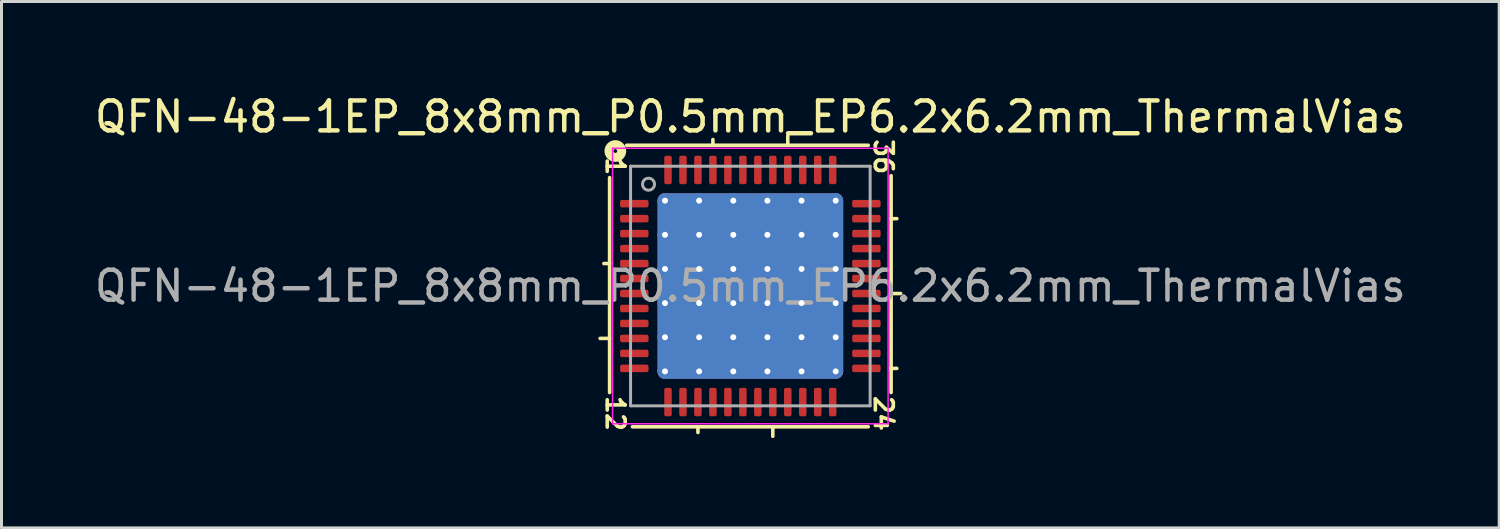
<source format=kicad_pcb>
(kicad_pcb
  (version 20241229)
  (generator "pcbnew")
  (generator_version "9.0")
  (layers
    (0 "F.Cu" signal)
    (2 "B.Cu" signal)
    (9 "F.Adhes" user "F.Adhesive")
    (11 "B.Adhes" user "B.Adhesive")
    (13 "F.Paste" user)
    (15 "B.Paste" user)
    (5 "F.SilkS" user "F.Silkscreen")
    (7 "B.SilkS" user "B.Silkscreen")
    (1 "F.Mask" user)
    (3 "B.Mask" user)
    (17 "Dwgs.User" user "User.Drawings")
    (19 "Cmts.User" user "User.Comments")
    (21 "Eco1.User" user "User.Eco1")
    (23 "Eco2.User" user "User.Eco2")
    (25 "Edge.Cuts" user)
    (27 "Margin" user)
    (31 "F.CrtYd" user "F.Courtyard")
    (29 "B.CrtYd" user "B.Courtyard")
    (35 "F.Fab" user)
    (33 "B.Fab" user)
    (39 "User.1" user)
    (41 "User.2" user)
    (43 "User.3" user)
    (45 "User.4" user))
  (footprint "QFN-48-1EP_8x8mm_P0.5mm_EP6.2x6.2mm_ThermalVias"
    (layer "F.Cu")
    (at 22.006 6.501)
    (property "Reference" "QFN-48-1EP_8x8mm_P0.5mm_EP6.2x6.2mm_ThermalVias" (at 0 -5.652 0) (layer "F.SilkS") (effects (font (size 1 1) (thickness 0.15))))
    (attr smd)
    (fp_line (start -4.7 -3.619) (end -4.7 3.556) (stroke (width 0.12) (type solid)) (layer "F.SilkS"))
    (fp_line (start -4.7 -0.75) (end -4.891 -0.75) (stroke (width 0.12) (type solid)) (layer "F.SilkS"))
    (fp_line (start -4.7 1.75) (end -5.018 1.75) (stroke (width 0.12) (type solid)) (layer "F.SilkS"))
    (fp_line (start -3.937 4.7) (end 3.937 4.7) (stroke (width 0.12) (type solid)) (layer "F.SilkS"))
    (fp_line (start -1.75 4.7) (end -1.75 4.891) (stroke (width 0.12) (type solid)) (layer "F.SilkS"))
    (fp_line (start -1.25 -4.7) (end -1.25 -4.891) (stroke (width 0.12) (type solid)) (layer "F.SilkS"))
    (fp_line (start 0.75 4.7) (end 0.75 5.018) (stroke (width 0.12) (type solid)) (layer "F.SilkS"))
    (fp_line (start 1.25 -4.7) (end 1.25 -5.018) (stroke (width 0.12) (type solid)) (layer "F.SilkS"))
    (fp_line (start 3.937 -4.7) (end -4.128 -4.7) (stroke (width 0.12) (type solid)) (layer "F.SilkS"))
    (fp_line (start 4.7 -2.25) (end 4.891 -2.25) (stroke (width 0.12) (type solid)) (layer "F.SilkS"))
    (fp_line (start 4.7 0.25) (end 5.018 0.25) (stroke (width 0.12) (type solid)) (layer "F.SilkS"))
    (fp_line (start 4.7 2.75) (end 4.891 2.75) (stroke (width 0.12) (type solid)) (layer "F.SilkS"))
    (fp_line (start 4.7 3.556) (end 4.7 -3.683) (stroke (width 0.12) (type solid)) (layer "F.SilkS"))
    (fp_circle (center -4.508 -4.508) (end -4.445 -4.508) (stroke (width 0.3) (type solid)) (fill no) (layer "F.SilkS"))
    (fp_line (start -4.6 -4.6) (end -4.6 4.6) (stroke (width 0.05) (type solid)) (layer "F.CrtYd"))
    (fp_line (start -4.6 4.6) (end 4.6 4.6) (stroke (width 0.05) (type solid)) (layer "F.CrtYd"))
    (fp_line (start 4.6 -4.6) (end -4.6 -4.6) (stroke (width 0.05) (type solid)) (layer "F.CrtYd"))
    (fp_line (start 4.6 4.6) (end 4.6 -4.6) (stroke (width 0.05) (type solid)) (layer "F.CrtYd"))
    (fp_line (start -4 -4) (end 4 -4) (stroke (width 0.1) (type solid)) (layer "F.Fab"))
    (fp_line (start -4 4) (end -4 -4) (stroke (width 0.1) (type solid)) (layer "F.Fab"))
    (fp_line (start 4 -4) (end 4 4) (stroke (width 0.1) (type solid)) (layer "F.Fab"))
    (fp_line (start 4 4) (end -4 4) (stroke (width 0.1) (type solid)) (layer "F.Fab"))
    (fp_circle (center -3.4 -3.4) (end -3.2 -3.4) (stroke (width 0.1) (type solid)) (fill no) (layer "F.Fab"))
    (fp_text user "1" (at -4.508 -4 270) (unlocked yes) (layer "F.SilkS") (effects (font (size 0.6 0.6) (thickness 0.12))))
    (fp_text user "12" (at -4.508 4.255 270) (unlocked yes) (layer "F.SilkS") (effects (font (size 0.6 0.6) (thickness 0.12))))
    (fp_text user "36" (at 4.445 -4.318 270) (unlocked yes) (layer "F.SilkS") (effects (font (size 0.6 0.6) (thickness 0.12))))
    (fp_text user "24" (at 4.445 4.255 270) (unlocked yes) (layer "F.SilkS") (effects (font (size 0.6 0.6) (thickness 0.12))))
    (fp_text user "${REFERENCE}" (at 0 0 0) (layer "F.Fab") (effects (font (size 1 1) (thickness 0.15))))
    (pad "" smd roundrect (at -2.28 -2.28) (size 0.961 0.961) (layers "F.Paste") (roundrect_rratio 0.25))
    (pad "" smd roundrect (at -2.28 -1.14) (size 0.961 0.961) (layers "F.Paste") (roundrect_rratio 0.25))
    (pad "" smd roundrect (at -2.28 0) (size 0.961 0.961) (layers "F.Paste") (roundrect_rratio 0.25))
    (pad "" smd roundrect (at -2.28 1.14) (size 0.961 0.961) (layers "F.Paste") (roundrect_rratio 0.25))
    (pad "" smd roundrect (at -2.28 2.28) (size 0.961 0.961) (layers "F.Paste") (roundrect_rratio 0.25))
    (pad "" smd roundrect (at -1.14 -2.28) (size 0.961 0.961) (layers "F.Paste") (roundrect_rratio 0.25))
    (pad "" smd roundrect (at -1.14 -1.14) (size 0.961 0.961) (layers "F.Paste") (roundrect_rratio 0.25))
    (pad "" smd roundrect (at -1.14 0) (size 0.961 0.961) (layers "F.Paste") (roundrect_rratio 0.25))
    (pad "" smd roundrect (at -1.14 1.14) (size 0.961 0.961) (layers "F.Paste") (roundrect_rratio 0.25))
    (pad "" smd roundrect (at -1.14 2.28) (size 0.961 0.961) (layers "F.Paste") (roundrect_rratio 0.25))
    (pad "" smd roundrect (at 0 -2.28) (size 0.961 0.961) (layers "F.Paste") (roundrect_rratio 0.25))
    (pad "" smd roundrect (at 0 -1.14) (size 0.961 0.961) (layers "F.Paste") (roundrect_rratio 0.25))
    (pad "" smd roundrect (at 0 0) (size 0.961 0.961) (layers "F.Paste") (roundrect_rratio 0.25))
    (pad "" smd roundrect (at 0 1.14) (size 0.961 0.961) (layers "F.Paste") (roundrect_rratio 0.25))
    (pad "" smd roundrect (at 0 2.28) (size 0.961 0.961) (layers "F.Paste") (roundrect_rratio 0.25))
    (pad "" smd roundrect (at 1.14 -2.28) (size 0.961 0.961) (layers "F.Paste") (roundrect_rratio 0.25))
    (pad "" smd roundrect (at 1.14 -1.14) (size 0.961 0.961) (layers "F.Paste") (roundrect_rratio 0.25))
    (pad "" smd roundrect (at 1.14 0) (size 0.961 0.961) (layers "F.Paste") (roundrect_rratio 0.25))
    (pad "" smd roundrect (at 1.14 1.14) (size 0.961 0.961) (layers "F.Paste") (roundrect_rratio 0.25))
    (pad "" smd roundrect (at 1.14 2.28) (size 0.961 0.961) (layers "F.Paste") (roundrect_rratio 0.25))
    (pad "" smd roundrect (at 2.28 -2.28) (size 0.961 0.961) (layers "F.Paste") (roundrect_rratio 0.25))
    (pad "" smd roundrect (at 2.28 -1.14) (size 0.961 0.961) (layers "F.Paste") (roundrect_rratio 0.25))
    (pad "" smd roundrect (at 2.28 0) (size 0.961 0.961) (layers "F.Paste") (roundrect_rratio 0.25))
    (pad "" smd roundrect (at 2.28 1.14) (size 0.961 0.961) (layers "F.Paste") (roundrect_rratio 0.25))
    (pad "" smd roundrect (at 2.28 2.28) (size 0.961 0.961) (layers "F.Paste") (roundrect_rratio 0.25))
    (pad "1" smd roundrect (at -3.875 -2.75) (size 0.95 0.25) (layers "F.Cu" "F.Mask" "F.Paste") (roundrect_rratio 0.25))
    (pad "2" smd roundrect (at -3.875 -2.25) (size 0.95 0.25) (layers "F.Cu" "F.Mask" "F.Paste") (roundrect_rratio 0.25))
    (pad "3" smd roundrect (at -3.875 -1.75) (size 0.95 0.25) (layers "F.Cu" "F.Mask" "F.Paste") (roundrect_rratio 0.25))
    (pad "4" smd roundrect (at -3.875 -1.25) (size 0.95 0.25) (layers "F.Cu" "F.Mask" "F.Paste") (roundrect_rratio 0.25))
    (pad "5" smd roundrect (at -3.875 -0.75) (size 0.95 0.25) (layers "F.Cu" "F.Mask" "F.Paste") (roundrect_rratio 0.25))
    (pad "6" smd roundrect (at -3.875 -0.25) (size 0.95 0.25) (layers "F.Cu" "F.Mask" "F.Paste") (roundrect_rratio 0.25))
    (pad "7" smd roundrect (at -3.875 0.25) (size 0.95 0.25) (layers "F.Cu" "F.Mask" "F.Paste") (roundrect_rratio 0.25))
    (pad "8" smd roundrect (at -3.875 0.75) (size 0.95 0.25) (layers "F.Cu" "F.Mask" "F.Paste") (roundrect_rratio 0.25))
    (pad "9" smd roundrect (at -3.875 1.25) (size 0.95 0.25) (layers "F.Cu" "F.Mask" "F.Paste") (roundrect_rratio 0.25))
    (pad "10" smd roundrect (at -3.875 1.75) (size 0.95 0.25) (layers "F.Cu" "F.Mask" "F.Paste") (roundrect_rratio 0.25))
    (pad "11" smd roundrect (at -3.875 2.25) (size 0.95 0.25) (layers "F.Cu" "F.Mask" "F.Paste") (roundrect_rratio 0.25))
    (pad "12" smd roundrect (at -3.875 2.75) (size 0.95 0.25) (layers "F.Cu" "F.Mask" "F.Paste") (roundrect_rratio 0.25))
    (pad "13" smd roundrect (at -2.75 3.875) (size 0.25 0.95) (layers "F.Cu" "F.Mask" "F.Paste") (roundrect_rratio 0.25))
    (pad "14" smd roundrect (at -2.25 3.875) (size 0.25 0.95) (layers "F.Cu" "F.Mask" "F.Paste") (roundrect_rratio 0.25))
    (pad "15" smd roundrect (at -1.75 3.875) (size 0.25 0.95) (layers "F.Cu" "F.Mask" "F.Paste") (roundrect_rratio 0.25))
    (pad "16" smd roundrect (at -1.25 3.875) (size 0.25 0.95) (layers "F.Cu" "F.Mask" "F.Paste") (roundrect_rratio 0.25))
    (pad "17" smd roundrect (at -0.75 3.875) (size 0.25 0.95) (layers "F.Cu" "F.Mask" "F.Paste") (roundrect_rratio 0.25))
    (pad "18" smd roundrect (at -0.25 3.875) (size 0.25 0.95) (layers "F.Cu" "F.Mask" "F.Paste") (roundrect_rratio 0.25))
    (pad "19" smd roundrect (at 0.25 3.875) (size 0.25 0.95) (layers "F.Cu" "F.Mask" "F.Paste") (roundrect_rratio 0.25))
    (pad "20" smd roundrect (at 0.75 3.875) (size 0.25 0.95) (layers "F.Cu" "F.Mask" "F.Paste") (roundrect_rratio 0.25))
    (pad "21" smd roundrect (at 1.25 3.875) (size 0.25 0.95) (layers "F.Cu" "F.Mask" "F.Paste") (roundrect_rratio 0.25))
    (pad "22" smd roundrect (at 1.75 3.875) (size 0.25 0.95) (layers "F.Cu" "F.Mask" "F.Paste") (roundrect_rratio 0.25))
    (pad "23" smd roundrect (at 2.25 3.875) (size 0.25 0.95) (layers "F.Cu" "F.Mask" "F.Paste") (roundrect_rratio 0.25))
    (pad "24" smd roundrect (at 2.75 3.875) (size 0.25 0.95) (layers "F.Cu" "F.Mask" "F.Paste") (roundrect_rratio 0.25))
    (pad "25" smd roundrect (at 3.875 2.75) (size 0.95 0.25) (layers "F.Cu" "F.Mask" "F.Paste") (roundrect_rratio 0.25))
    (pad "26" smd roundrect (at 3.875 2.25) (size 0.95 0.25) (layers "F.Cu" "F.Mask" "F.Paste") (roundrect_rratio 0.25))
    (pad "27" smd roundrect (at 3.875 1.75) (size 0.95 0.25) (layers "F.Cu" "F.Mask" "F.Paste") (roundrect_rratio 0.25))
    (pad "28" smd roundrect (at 3.875 1.25) (size 0.95 0.25) (layers "F.Cu" "F.Mask" "F.Paste") (roundrect_rratio 0.25))
    (pad "29" smd roundrect (at 3.875 0.75) (size 0.95 0.25) (layers "F.Cu" "F.Mask" "F.Paste") (roundrect_rratio 0.25))
    (pad "30" smd roundrect (at 3.875 0.25) (size 0.95 0.25) (layers "F.Cu" "F.Mask" "F.Paste") (roundrect_rratio 0.25))
    (pad "31" smd roundrect (at 3.875 -0.25) (size 0.95 0.25) (layers "F.Cu" "F.Mask" "F.Paste") (roundrect_rratio 0.25))
    (pad "32" smd roundrect (at 3.875 -0.75) (size 0.95 0.25) (layers "F.Cu" "F.Mask" "F.Paste") (roundrect_rratio 0.25))
    (pad "33" smd roundrect (at 3.875 -1.25) (size 0.95 0.25) (layers "F.Cu" "F.Mask" "F.Paste") (roundrect_rratio 0.25))
    (pad "34" smd roundrect (at 3.875 -1.75) (size 0.95 0.25) (layers "F.Cu" "F.Mask" "F.Paste") (roundrect_rratio 0.25))
    (pad "35" smd roundrect (at 3.875 -2.25) (size 0.95 0.25) (layers "F.Cu" "F.Mask" "F.Paste") (roundrect_rratio 0.25))
    (pad "36" smd roundrect (at 3.875 -2.75) (size 0.95 0.25) (layers "F.Cu" "F.Mask" "F.Paste") (roundrect_rratio 0.25))
    (pad "37" smd roundrect (at 2.75 -3.875) (size 0.25 0.95) (layers "F.Cu" "F.Mask" "F.Paste") (roundrect_rratio 0.25))
    (pad "38" smd roundrect (at 2.25 -3.875) (size 0.25 0.95) (layers "F.Cu" "F.Mask" "F.Paste") (roundrect_rratio 0.25))
    (pad "39" smd roundrect (at 1.75 -3.875) (size 0.25 0.95) (layers "F.Cu" "F.Mask" "F.Paste") (roundrect_rratio 0.25))
    (pad "40" smd roundrect (at 1.25 -3.875) (size 0.25 0.95) (layers "F.Cu" "F.Mask" "F.Paste") (roundrect_rratio 0.25))
    (pad "41" smd roundrect (at 0.75 -3.875) (size 0.25 0.95) (layers "F.Cu" "F.Mask" "F.Paste") (roundrect_rratio 0.25))
    (pad "42" smd roundrect (at 0.25 -3.875) (size 0.25 0.95) (layers "F.Cu" "F.Mask" "F.Paste") (roundrect_rratio 0.25))
    (pad "43" smd roundrect (at -0.25 -3.875) (size 0.25 0.95) (layers "F.Cu" "F.Mask" "F.Paste") (roundrect_rratio 0.25))
    (pad "44" smd roundrect (at -0.75 -3.875) (size 0.25 0.95) (layers "F.Cu" "F.Mask" "F.Paste") (roundrect_rratio 0.25))
    (pad "45" smd roundrect (at -1.25 -3.875) (size 0.25 0.95) (layers "F.Cu" "F.Mask" "F.Paste") (roundrect_rratio 0.25))
    (pad "46" smd roundrect (at -1.75 -3.875) (size 0.25 0.95) (layers "F.Cu" "F.Mask" "F.Paste") (roundrect_rratio 0.25))
    (pad "47" smd roundrect (at -2.25 -3.875) (size 0.25 0.95) (layers "F.Cu" "F.Mask" "F.Paste") (roundrect_rratio 0.25))
    (pad "48" smd roundrect (at -2.75 -3.875) (size 0.25 0.95) (layers "F.Cu" "F.Mask" "F.Paste") (roundrect_rratio 0.25))
    (pad "49" thru_hole circle (at -2.85 -2.85) (size 0.5 0.5) (drill 0.2) (property pad_prop_heatsink) (layers "*.Cu"))
    (pad "49" thru_hole circle (at -2.85 -1.71) (size 0.5 0.5) (drill 0.2) (property pad_prop_heatsink) (layers "*.Cu"))
    (pad "49" thru_hole circle (at -2.85 -0.57) (size 0.5 0.5) (drill 0.2) (property pad_prop_heatsink) (layers "*.Cu"))
    (pad "49" thru_hole circle (at -2.85 0.57) (size 0.5 0.5) (drill 0.2) (property pad_prop_heatsink) (layers "*.Cu"))
    (pad "49" thru_hole circle (at -2.85 1.71) (size 0.5 0.5) (drill 0.2) (property pad_prop_heatsink) (layers "*.Cu"))
    (pad "49" thru_hole circle (at -2.85 2.85) (size 0.5 0.5) (drill 0.2) (property pad_prop_heatsink) (layers "*.Cu"))
    (pad "49" thru_hole circle (at -1.71 -2.85) (size 0.5 0.5) (drill 0.2) (property pad_prop_heatsink) (layers "*.Cu"))
    (pad "49" thru_hole circle (at -1.71 -1.71) (size 0.5 0.5) (drill 0.2) (property pad_prop_heatsink) (layers "*.Cu"))
    (pad "49" thru_hole circle (at -1.71 -0.57) (size 0.5 0.5) (drill 0.2) (property pad_prop_heatsink) (layers "*.Cu"))
    (pad "49" thru_hole circle (at -1.71 0.57) (size 0.5 0.5) (drill 0.2) (property pad_prop_heatsink) (layers "*.Cu"))
    (pad "49" thru_hole circle (at -1.71 1.71) (size 0.5 0.5) (drill 0.2) (property pad_prop_heatsink) (layers "*.Cu"))
    (pad "49" thru_hole circle (at -1.71 2.85) (size 0.5 0.5) (drill 0.2) (property pad_prop_heatsink) (layers "*.Cu"))
    (pad "49" thru_hole circle (at -0.57 -2.85) (size 0.5 0.5) (drill 0.2) (property pad_prop_heatsink) (layers "*.Cu"))
    (pad "49" thru_hole circle (at -0.57 -1.71) (size 0.5 0.5) (drill 0.2) (property pad_prop_heatsink) (layers "*.Cu"))
    (pad "49" thru_hole circle (at -0.57 -0.57) (size 0.5 0.5) (drill 0.2) (property pad_prop_heatsink) (layers "*.Cu"))
    (pad "49" thru_hole circle (at -0.57 0.57) (size 0.5 0.5) (drill 0.2) (property pad_prop_heatsink) (layers "*.Cu"))
    (pad "49" thru_hole circle (at -0.57 1.71) (size 0.5 0.5) (drill 0.2) (property pad_prop_heatsink) (layers "*.Cu"))
    (pad "49" thru_hole circle (at -0.57 2.85) (size 0.5 0.5) (drill 0.2) (property pad_prop_heatsink) (layers "*.Cu"))
    (pad "49" smd roundrect (at 0 0) (size 6.2 6.2) (layers "F.Cu" "F.Mask") (roundrect_rratio 0.04))
    (pad "49" smd roundrect (at 0 0) (size 6.2 6.2) (layers "B.Cu" "B.Mask") (roundrect_rratio 0.04))
    (pad "49" thru_hole circle (at 0.57 -2.85) (size 0.5 0.5) (drill 0.2) (property pad_prop_heatsink) (layers "*.Cu"))
    (pad "49" thru_hole circle (at 0.57 -1.71) (size 0.5 0.5) (drill 0.2) (property pad_prop_heatsink) (layers "*.Cu"))
    (pad "49" thru_hole circle (at 0.57 -0.57) (size 0.5 0.5) (drill 0.2) (property pad_prop_heatsink) (layers "*.Cu"))
    (pad "49" thru_hole circle (at 0.57 0.57) (size 0.5 0.5) (drill 0.2) (property pad_prop_heatsink) (layers "*.Cu"))
    (pad "49" thru_hole circle (at 0.57 1.71) (size 0.5 0.5) (drill 0.2) (property pad_prop_heatsink) (layers "*.Cu"))
    (pad "49" thru_hole circle (at 0.57 2.85) (size 0.5 0.5) (drill 0.2) (property pad_prop_heatsink) (layers "*.Cu"))
    (pad "49" thru_hole circle (at 1.71 -2.85) (size 0.5 0.5) (drill 0.2) (property pad_prop_heatsink) (layers "*.Cu"))
    (pad "49" thru_hole circle (at 1.71 -1.71) (size 0.5 0.5) (drill 0.2) (property pad_prop_heatsink) (layers "*.Cu"))
    (pad "49" thru_hole circle (at 1.71 -0.57) (size 0.5 0.5) (drill 0.2) (property pad_prop_heatsink) (layers "*.Cu"))
    (pad "49" thru_hole circle (at 1.71 0.57) (size 0.5 0.5) (drill 0.2) (property pad_prop_heatsink) (layers "*.Cu"))
    (pad "49" thru_hole circle (at 1.71 1.71) (size 0.5 0.5) (drill 0.2) (property pad_prop_heatsink) (layers "*.Cu"))
    (pad "49" thru_hole circle (at 1.71 2.85) (size 0.5 0.5) (drill 0.2) (property pad_prop_heatsink) (layers "*.Cu"))
    (pad "49" thru_hole circle (at 2.85 -2.85) (size 0.5 0.5) (drill 0.2) (property pad_prop_heatsink) (layers "*.Cu"))
    (pad "49" thru_hole circle (at 2.85 -1.71) (size 0.5 0.5) (drill 0.2) (property pad_prop_heatsink) (layers "*.Cu"))
    (pad "49" thru_hole circle (at 2.85 -0.57) (size 0.5 0.5) (drill 0.2) (property pad_prop_heatsink) (layers "*.Cu"))
    (pad "49" thru_hole circle (at 2.85 0.57) (size 0.5 0.5) (drill 0.2) (property pad_prop_heatsink) (layers "*.Cu"))
    (pad "49" thru_hole circle (at 2.85 1.71) (size 0.5 0.5) (drill 0.2) (property pad_prop_heatsink) (layers "*.Cu"))
    (pad "49" thru_hole circle (at 2.85 2.85) (size 0.5 0.5) (drill 0.2) (property pad_prop_heatsink) (layers "*.Cu")))
  (gr_rect
    (start -3 -3)
    (end 47.012 14.578)
    (stroke (width 0.1) (type default))
    (fill no)
    (layer "Edge.Cuts")))
</source>
